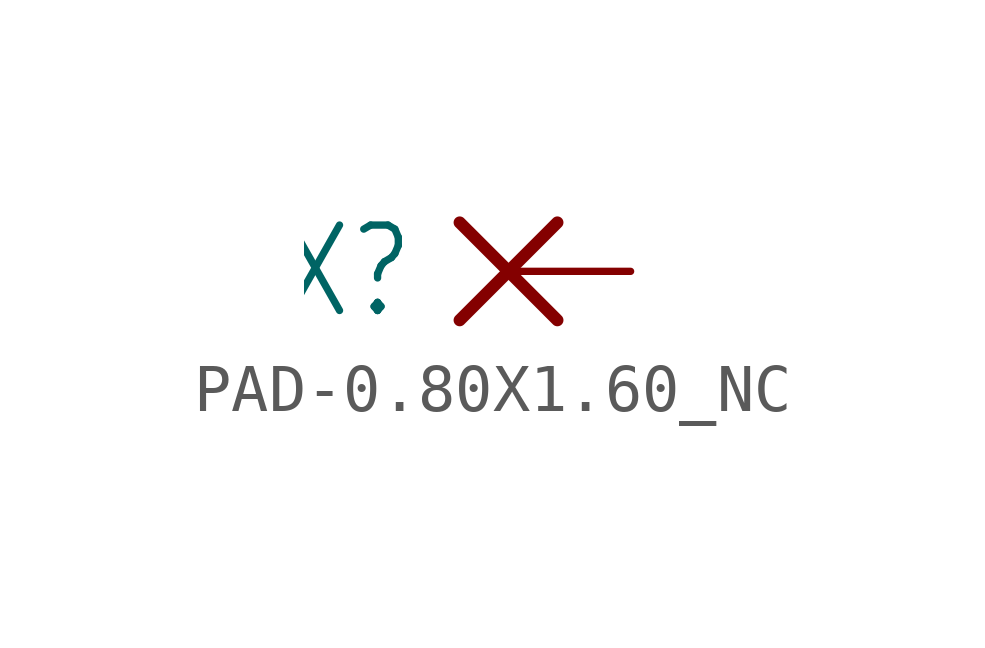
<source format=kicad_sym>
(kicad_symbol_lib
  (version 20211014)
  (generator kicad_symbol_editor)
  (symbol "PAD-0.80X1.60_NC"
    (property "Reference" "X"
      (at -1.905 0 0)
      (effects (font (size 1.778 1.511)) (justify right)))
    (property "ki_locked" ""
      (at 0 0 0)
      (effects (font (size 1.27 1.27))))
    (symbol "PAD-0.80X1.60_NC_1_0"
      (polyline (pts (xy -1.016 -1.016) (xy 1.016 1.016)) (stroke (width 0.254) (type default) (color 0 0 0 0)) (fill (type none)))
      (polyline (pts (xy -1.016 1.016) (xy 1.016 -1.016)) (stroke (width 0.254) (type default) (color 0 0 0 0)) (fill (type none)))
      (pin passive line (at 2.54 0 180) (length 2.54) (name "P" (effects (font (size 0 0)))) (number "1" (effects (font (size 0 0))))))))
</source>
